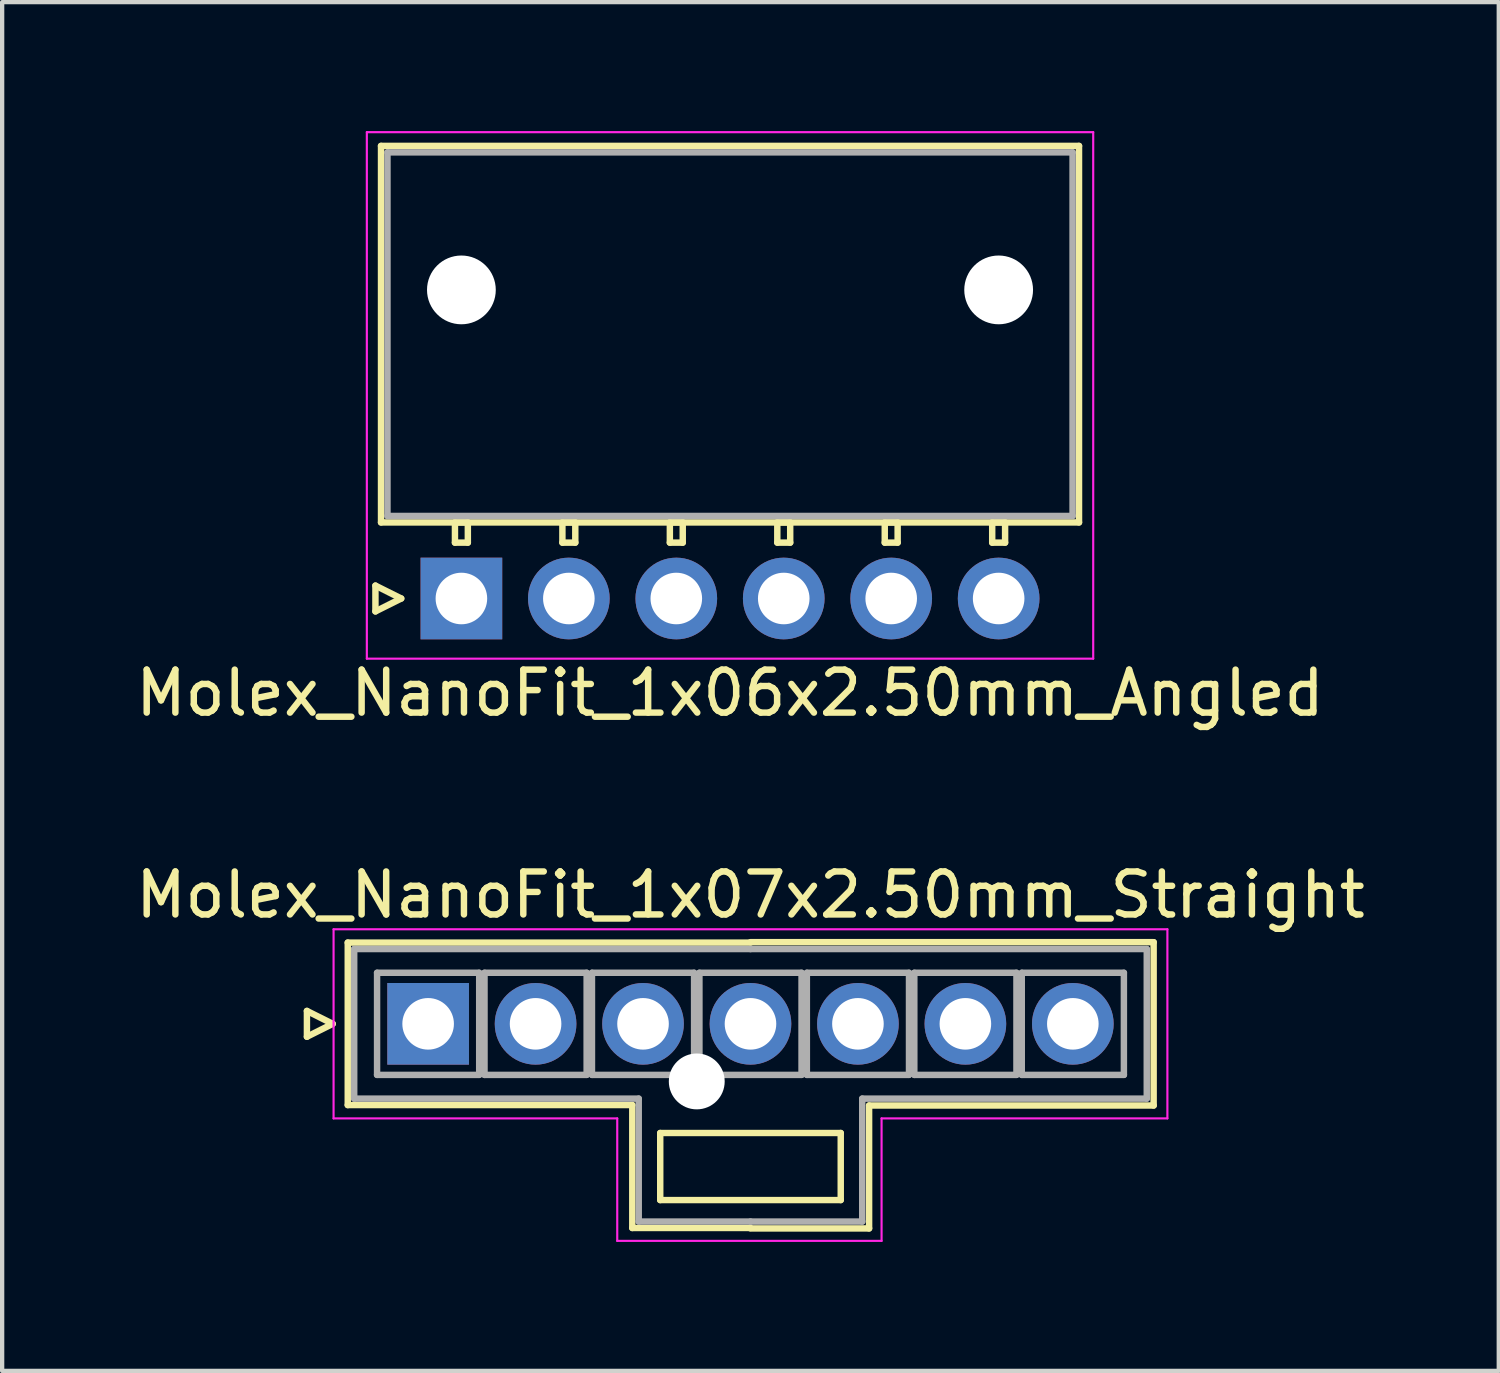
<source format=kicad_pcb>
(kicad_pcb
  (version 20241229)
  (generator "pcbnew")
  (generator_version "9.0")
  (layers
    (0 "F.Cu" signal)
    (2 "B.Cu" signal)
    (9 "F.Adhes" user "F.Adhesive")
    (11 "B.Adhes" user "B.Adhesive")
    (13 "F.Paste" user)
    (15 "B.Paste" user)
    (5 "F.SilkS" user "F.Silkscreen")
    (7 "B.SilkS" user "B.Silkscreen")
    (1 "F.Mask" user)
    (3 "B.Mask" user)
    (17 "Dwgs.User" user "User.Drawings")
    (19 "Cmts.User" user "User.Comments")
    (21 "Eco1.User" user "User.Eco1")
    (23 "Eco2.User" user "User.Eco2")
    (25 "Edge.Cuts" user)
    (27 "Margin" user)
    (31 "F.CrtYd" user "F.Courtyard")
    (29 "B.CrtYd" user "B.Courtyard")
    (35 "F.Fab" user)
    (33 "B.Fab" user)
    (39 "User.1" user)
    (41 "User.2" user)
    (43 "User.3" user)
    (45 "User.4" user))
  (footprint "Molex_NanoFit_1x06x2.50mm_Angled"
    (layer "F.Cu")
    (at 7.685 10.875)
    (property "Reference" "Molex_NanoFit_1x06x2.50mm_Angled" (at 6.25 2.2 0) (layer "F.SilkS") (effects (font (size 1 1) (thickness 0.15))))
    (attr through_hole)
    (fp_line (start -2 -0.3) (end -1.4 0) (stroke (width 0.15) (type solid)) (layer "F.SilkS"))
    (fp_line (start -2 0.3) (end -2 -0.3) (stroke (width 0.15) (type solid)) (layer "F.SilkS"))
    (fp_line (start -1.87 -10.53) (end -1.87 -1.77) (stroke (width 0.15) (type solid)) (layer "F.SilkS"))
    (fp_line (start -1.87 -1.77) (end 14.37 -1.77) (stroke (width 0.15) (type solid)) (layer "F.SilkS"))
    (fp_line (start -1.4 0) (end -2 0.3) (stroke (width 0.15) (type solid)) (layer "F.SilkS"))
    (fp_line (start -0.15 -1.77) (end -0.15 -1.3) (stroke (width 0.15) (type solid)) (layer "F.SilkS"))
    (fp_line (start -0.15 -1.3) (end 0.15 -1.3) (stroke (width 0.15) (type solid)) (layer "F.SilkS"))
    (fp_line (start 0.15 -1.77) (end -0.15 -1.77) (stroke (width 0.15) (type solid)) (layer "F.SilkS"))
    (fp_line (start 0.15 -1.3) (end 0.15 -1.77) (stroke (width 0.15) (type solid)) (layer "F.SilkS"))
    (fp_line (start 2.35 -1.77) (end 2.35 -1.3) (stroke (width 0.15) (type solid)) (layer "F.SilkS"))
    (fp_line (start 2.35 -1.3) (end 2.65 -1.3) (stroke (width 0.15) (type solid)) (layer "F.SilkS"))
    (fp_line (start 2.65 -1.77) (end 2.35 -1.77) (stroke (width 0.15) (type solid)) (layer "F.SilkS"))
    (fp_line (start 2.65 -1.3) (end 2.65 -1.77) (stroke (width 0.15) (type solid)) (layer "F.SilkS"))
    (fp_line (start 4.85 -1.77) (end 4.85 -1.3) (stroke (width 0.15) (type solid)) (layer "F.SilkS"))
    (fp_line (start 4.85 -1.3) (end 5.15 -1.3) (stroke (width 0.15) (type solid)) (layer "F.SilkS"))
    (fp_line (start 5.15 -1.77) (end 4.85 -1.77) (stroke (width 0.15) (type solid)) (layer "F.SilkS"))
    (fp_line (start 5.15 -1.3) (end 5.15 -1.77) (stroke (width 0.15) (type solid)) (layer "F.SilkS"))
    (fp_line (start 7.35 -1.77) (end 7.35 -1.3) (stroke (width 0.15) (type solid)) (layer "F.SilkS"))
    (fp_line (start 7.35 -1.3) (end 7.65 -1.3) (stroke (width 0.15) (type solid)) (layer "F.SilkS"))
    (fp_line (start 7.65 -1.77) (end 7.35 -1.77) (stroke (width 0.15) (type solid)) (layer "F.SilkS"))
    (fp_line (start 7.65 -1.3) (end 7.65 -1.77) (stroke (width 0.15) (type solid)) (layer "F.SilkS"))
    (fp_line (start 9.85 -1.77) (end 9.85 -1.3) (stroke (width 0.15) (type solid)) (layer "F.SilkS"))
    (fp_line (start 9.85 -1.3) (end 10.15 -1.3) (stroke (width 0.15) (type solid)) (layer "F.SilkS"))
    (fp_line (start 10.15 -1.77) (end 9.85 -1.77) (stroke (width 0.15) (type solid)) (layer "F.SilkS"))
    (fp_line (start 10.15 -1.3) (end 10.15 -1.77) (stroke (width 0.15) (type solid)) (layer "F.SilkS"))
    (fp_line (start 12.35 -1.77) (end 12.35 -1.3) (stroke (width 0.15) (type solid)) (layer "F.SilkS"))
    (fp_line (start 12.35 -1.3) (end 12.65 -1.3) (stroke (width 0.15) (type solid)) (layer "F.SilkS"))
    (fp_line (start 12.65 -1.77) (end 12.35 -1.77) (stroke (width 0.15) (type solid)) (layer "F.SilkS"))
    (fp_line (start 12.65 -1.3) (end 12.65 -1.77) (stroke (width 0.15) (type solid)) (layer "F.SilkS"))
    (fp_line (start 14.37 -10.53) (end -1.87 -10.53) (stroke (width 0.15) (type solid)) (layer "F.SilkS"))
    (fp_line (start 14.37 -1.77) (end 14.37 -10.53) (stroke (width 0.15) (type solid)) (layer "F.SilkS"))
    (fp_line (start -2.2 -10.85) (end -2.2 1.4) (stroke (width 0.05) (type solid)) (layer "F.CrtYd"))
    (fp_line (start -2.2 1.4) (end 14.7 1.4) (stroke (width 0.05) (type solid)) (layer "F.CrtYd"))
    (fp_line (start 14.7 -10.85) (end -2.2 -10.85) (stroke (width 0.05) (type solid)) (layer "F.CrtYd"))
    (fp_line (start 14.7 1.4) (end 14.7 -10.85) (stroke (width 0.05) (type solid)) (layer "F.CrtYd"))
    (fp_line (start -1.72 -10.38) (end -1.72 -1.92) (stroke (width 0.15) (type solid)) (layer "F.Fab"))
    (fp_line (start -1.72 -1.92) (end 14.22 -1.92) (stroke (width 0.15) (type solid)) (layer "F.Fab"))
    (fp_line (start 14.22 -10.38) (end -1.72 -10.38) (stroke (width 0.15) (type solid)) (layer "F.Fab"))
    (fp_line (start 14.22 -1.92) (end 14.22 -10.38) (stroke (width 0.15) (type solid)) (layer "F.Fab"))
    (pad "" np_thru_hole circle (at 0 -7.18) (size 1.6 1.6) (drill 1.6) (layers "*.Cu"))
    (pad "" np_thru_hole circle (at 12.5 -7.18) (size 1.6 1.6) (drill 1.6) (layers "*.Cu"))
    (pad "1" thru_hole rect (at 0 0) (size 1.9 1.9) (drill 1.2) (layers "*.Cu" "*.Mask"))
    (pad "2" thru_hole circle (at 2.5 0) (size 1.9 1.9) (drill 1.2) (layers "*.Cu" "*.Mask"))
    (pad "3" thru_hole circle (at 5 0) (size 1.9 1.9) (drill 1.2) (layers "*.Cu" "*.Mask"))
    (pad "4" thru_hole circle (at 7.5 0) (size 1.9 1.9) (drill 1.2) (layers "*.Cu" "*.Mask"))
    (pad "5" thru_hole circle (at 10 0) (size 1.9 1.9) (drill 1.2) (layers "*.Cu" "*.Mask"))
    (pad "6" thru_hole circle (at 12.5 0) (size 1.9 1.9) (drill 1.2) (layers "*.Cu" "*.Mask")))
  (footprint "Molex_NanoFit_1x07x2.50mm_Straight"
    (layer "F.Cu")
    (at 6.911 20.771)
    (property "Reference" "Molex_NanoFit_1x07x2.50mm_Straight" (at 7.5 -3 0) (layer "F.SilkS") (effects (font (size 1 1) (thickness 0.15))))
    (attr through_hole)
    (fp_line (start -2.82 -0.3) (end -2.22 0) (stroke (width 0.15) (type solid)) (layer "F.SilkS"))
    (fp_line (start -2.82 0.3) (end -2.82 -0.3) (stroke (width 0.15) (type solid)) (layer "F.SilkS"))
    (fp_line (start -2.22 0) (end -2.82 0.3) (stroke (width 0.15) (type solid)) (layer "F.SilkS"))
    (fp_line (start -1.87 -1.89) (end -1.87 1.89) (stroke (width 0.15) (type solid)) (layer "F.SilkS"))
    (fp_line (start -1.87 1.89) (end 4.75 1.89) (stroke (width 0.15) (type solid)) (layer "F.SilkS"))
    (fp_line (start 4.75 1.89) (end 4.75 4.75) (stroke (width 0.15) (type solid)) (layer "F.SilkS"))
    (fp_line (start 4.75 4.75) (end 7.5 4.75) (stroke (width 0.15) (type solid)) (layer "F.SilkS"))
    (fp_line (start 5.4 2.54) (end 5.4 4.1) (stroke (width 0.15) (type solid)) (layer "F.SilkS"))
    (fp_line (start 5.4 4.1) (end 9.6 4.1) (stroke (width 0.15) (type solid)) (layer "F.SilkS"))
    (fp_line (start 7.5 -1.9) (end 16.88 -1.9) (stroke (width 0.15) (type solid)) (layer "F.SilkS"))
    (fp_line (start 7.5 -1.89) (end -1.87 -1.89) (stroke (width 0.15) (type solid)) (layer "F.SilkS"))
    (fp_line (start 9.6 2.54) (end 5.4 2.54) (stroke (width 0.15) (type solid)) (layer "F.SilkS"))
    (fp_line (start 9.6 4.1) (end 9.6 2.54) (stroke (width 0.15) (type solid)) (layer "F.SilkS"))
    (fp_line (start 10.26 1.9) (end 10.26 4.76) (stroke (width 0.15) (type solid)) (layer "F.SilkS"))
    (fp_line (start 10.26 4.76) (end 7.5 4.76) (stroke (width 0.15) (type solid)) (layer "F.SilkS"))
    (fp_line (start 16.88 -1.9) (end 16.88 1.9) (stroke (width 0.15) (type solid)) (layer "F.SilkS"))
    (fp_line (start 16.88 1.9) (end 10.26 1.9) (stroke (width 0.15) (type solid)) (layer "F.SilkS"))
    (fp_line (start -2.2 -2.2) (end -2.2 2.2) (stroke (width 0.05) (type solid)) (layer "F.CrtYd"))
    (fp_line (start -2.2 2.2) (end 4.4 2.2) (stroke (width 0.05) (type solid)) (layer "F.CrtYd"))
    (fp_line (start 4.4 2.2) (end 4.4 5.05) (stroke (width 0.05) (type solid)) (layer "F.CrtYd"))
    (fp_line (start 4.4 5.05) (end 10.55 5.05) (stroke (width 0.05) (type solid)) (layer "F.CrtYd"))
    (fp_line (start 10.55 2.2) (end 17.2 2.2) (stroke (width 0.05) (type solid)) (layer "F.CrtYd"))
    (fp_line (start 10.55 5.05) (end 10.55 2.2) (stroke (width 0.05) (type solid)) (layer "F.CrtYd"))
    (fp_line (start 17.2 -2.2) (end -2.2 -2.2) (stroke (width 0.05) (type solid)) (layer "F.CrtYd"))
    (fp_line (start 17.2 2.2) (end 17.2 -2.2) (stroke (width 0.05) (type solid)) (layer "F.CrtYd"))
    (fp_line (start -1.72 -1.74) (end -1.72 1.74) (stroke (width 0.15) (type solid)) (layer "F.Fab"))
    (fp_line (start -1.72 1.74) (end 4.9 1.74) (stroke (width 0.15) (type solid)) (layer "F.Fab"))
    (fp_line (start -1.188 -1.188) (end -1.188 1.188) (stroke (width 0.15) (type solid)) (layer "F.Fab"))
    (fp_line (start -1.188 1.188) (end 1.188 1.188) (stroke (width 0.15) (type solid)) (layer "F.Fab"))
    (fp_line (start 1.188 -1.188) (end -1.188 -1.188) (stroke (width 0.15) (type solid)) (layer "F.Fab"))
    (fp_line (start 1.188 1.188) (end 1.188 -1.188) (stroke (width 0.15) (type solid)) (layer "F.Fab"))
    (fp_line (start 1.312 -1.188) (end 1.312 1.188) (stroke (width 0.15) (type solid)) (layer "F.Fab"))
    (fp_line (start 1.312 1.188) (end 3.688 1.188) (stroke (width 0.15) (type solid)) (layer "F.Fab"))
    (fp_line (start 3.688 -1.188) (end 1.312 -1.188) (stroke (width 0.15) (type solid)) (layer "F.Fab"))
    (fp_line (start 3.688 1.188) (end 3.688 -1.188) (stroke (width 0.15) (type solid)) (layer "F.Fab"))
    (fp_line (start 3.812 -1.188) (end 3.812 1.188) (stroke (width 0.15) (type solid)) (layer "F.Fab"))
    (fp_line (start 3.812 1.188) (end 6.188 1.188) (stroke (width 0.15) (type solid)) (layer "F.Fab"))
    (fp_line (start 4.9 1.74) (end 4.9 4.6) (stroke (width 0.15) (type solid)) (layer "F.Fab"))
    (fp_line (start 4.9 4.6) (end 7.5 4.6) (stroke (width 0.15) (type solid)) (layer "F.Fab"))
    (fp_line (start 6.188 -1.188) (end 3.812 -1.188) (stroke (width 0.15) (type solid)) (layer "F.Fab"))
    (fp_line (start 6.188 1.188) (end 6.188 -1.188) (stroke (width 0.15) (type solid)) (layer "F.Fab"))
    (fp_line (start 6.312 -1.188) (end 6.312 1.188) (stroke (width 0.15) (type solid)) (layer "F.Fab"))
    (fp_line (start 6.312 1.188) (end 8.688 1.188) (stroke (width 0.15) (type solid)) (layer "F.Fab"))
    (fp_line (start 7.5 -1.74) (end -1.72 -1.74) (stroke (width 0.15) (type solid)) (layer "F.Fab"))
    (fp_line (start 7.5 -1.74) (end 16.72 -1.74) (stroke (width 0.15) (type solid)) (layer "F.Fab"))
    (fp_line (start 8.688 -1.188) (end 6.312 -1.188) (stroke (width 0.15) (type solid)) (layer "F.Fab"))
    (fp_line (start 8.688 1.188) (end 8.688 -1.188) (stroke (width 0.15) (type solid)) (layer "F.Fab"))
    (fp_line (start 8.812 -1.188) (end 8.812 1.188) (stroke (width 0.15) (type solid)) (layer "F.Fab"))
    (fp_line (start 8.812 1.188) (end 11.188 1.188) (stroke (width 0.15) (type solid)) (layer "F.Fab"))
    (fp_line (start 10.1 1.74) (end 10.1 4.6) (stroke (width 0.15) (type solid)) (layer "F.Fab"))
    (fp_line (start 10.1 4.6) (end 7.5 4.6) (stroke (width 0.15) (type solid)) (layer "F.Fab"))
    (fp_line (start 11.188 -1.188) (end 8.812 -1.188) (stroke (width 0.15) (type solid)) (layer "F.Fab"))
    (fp_line (start 11.188 1.188) (end 11.188 -1.188) (stroke (width 0.15) (type solid)) (layer "F.Fab"))
    (fp_line (start 11.312 -1.188) (end 11.312 1.188) (stroke (width 0.15) (type solid)) (layer "F.Fab"))
    (fp_line (start 11.312 1.188) (end 13.688 1.188) (stroke (width 0.15) (type solid)) (layer "F.Fab"))
    (fp_line (start 13.688 -1.188) (end 11.312 -1.188) (stroke (width 0.15) (type solid)) (layer "F.Fab"))
    (fp_line (start 13.688 1.188) (end 13.688 -1.188) (stroke (width 0.15) (type solid)) (layer "F.Fab"))
    (fp_line (start 13.812 -1.188) (end 13.812 1.188) (stroke (width 0.15) (type solid)) (layer "F.Fab"))
    (fp_line (start 13.812 1.188) (end 16.188 1.188) (stroke (width 0.15) (type solid)) (layer "F.Fab"))
    (fp_line (start 16.188 -1.188) (end 13.812 -1.188) (stroke (width 0.15) (type solid)) (layer "F.Fab"))
    (fp_line (start 16.188 1.188) (end 16.188 -1.188) (stroke (width 0.15) (type solid)) (layer "F.Fab"))
    (fp_line (start 16.72 -1.74) (end 16.72 1.74) (stroke (width 0.15) (type solid)) (layer "F.Fab"))
    (fp_line (start 16.72 1.74) (end 10.1 1.74) (stroke (width 0.15) (type solid)) (layer "F.Fab"))
    (pad "" np_thru_hole circle (at 6.25 1.34) (size 1.3 1.3) (drill 1.3) (layers "*.Cu"))
    (pad "1" thru_hole rect (at 0 0) (size 1.9 1.9) (drill 1.2) (layers "*.Cu" "*.Mask"))
    (pad "2" thru_hole circle (at 2.5 0) (size 1.9 1.9) (drill 1.2) (layers "*.Cu" "*.Mask"))
    (pad "3" thru_hole circle (at 5 0) (size 1.9 1.9) (drill 1.2) (layers "*.Cu" "*.Mask"))
    (pad "4" thru_hole circle (at 7.5 0) (size 1.9 1.9) (drill 1.2) (layers "*.Cu" "*.Mask"))
    (pad "5" thru_hole circle (at 10 0) (size 1.9 1.9) (drill 1.2) (layers "*.Cu" "*.Mask"))
    (pad "6" thru_hole circle (at 12.5 0) (size 1.9 1.9) (drill 1.2) (layers "*.Cu" "*.Mask"))
    (pad "7" thru_hole circle (at 15 0) (size 1.9 1.9) (drill 1.2) (layers "*.Cu" "*.Mask")))
  (gr_rect
    (start -3 -3)
    (end 31.821 28.846)
    (stroke (width 0.1) (type default))
    (fill no)
    (layer "Edge.Cuts")))
</source>
